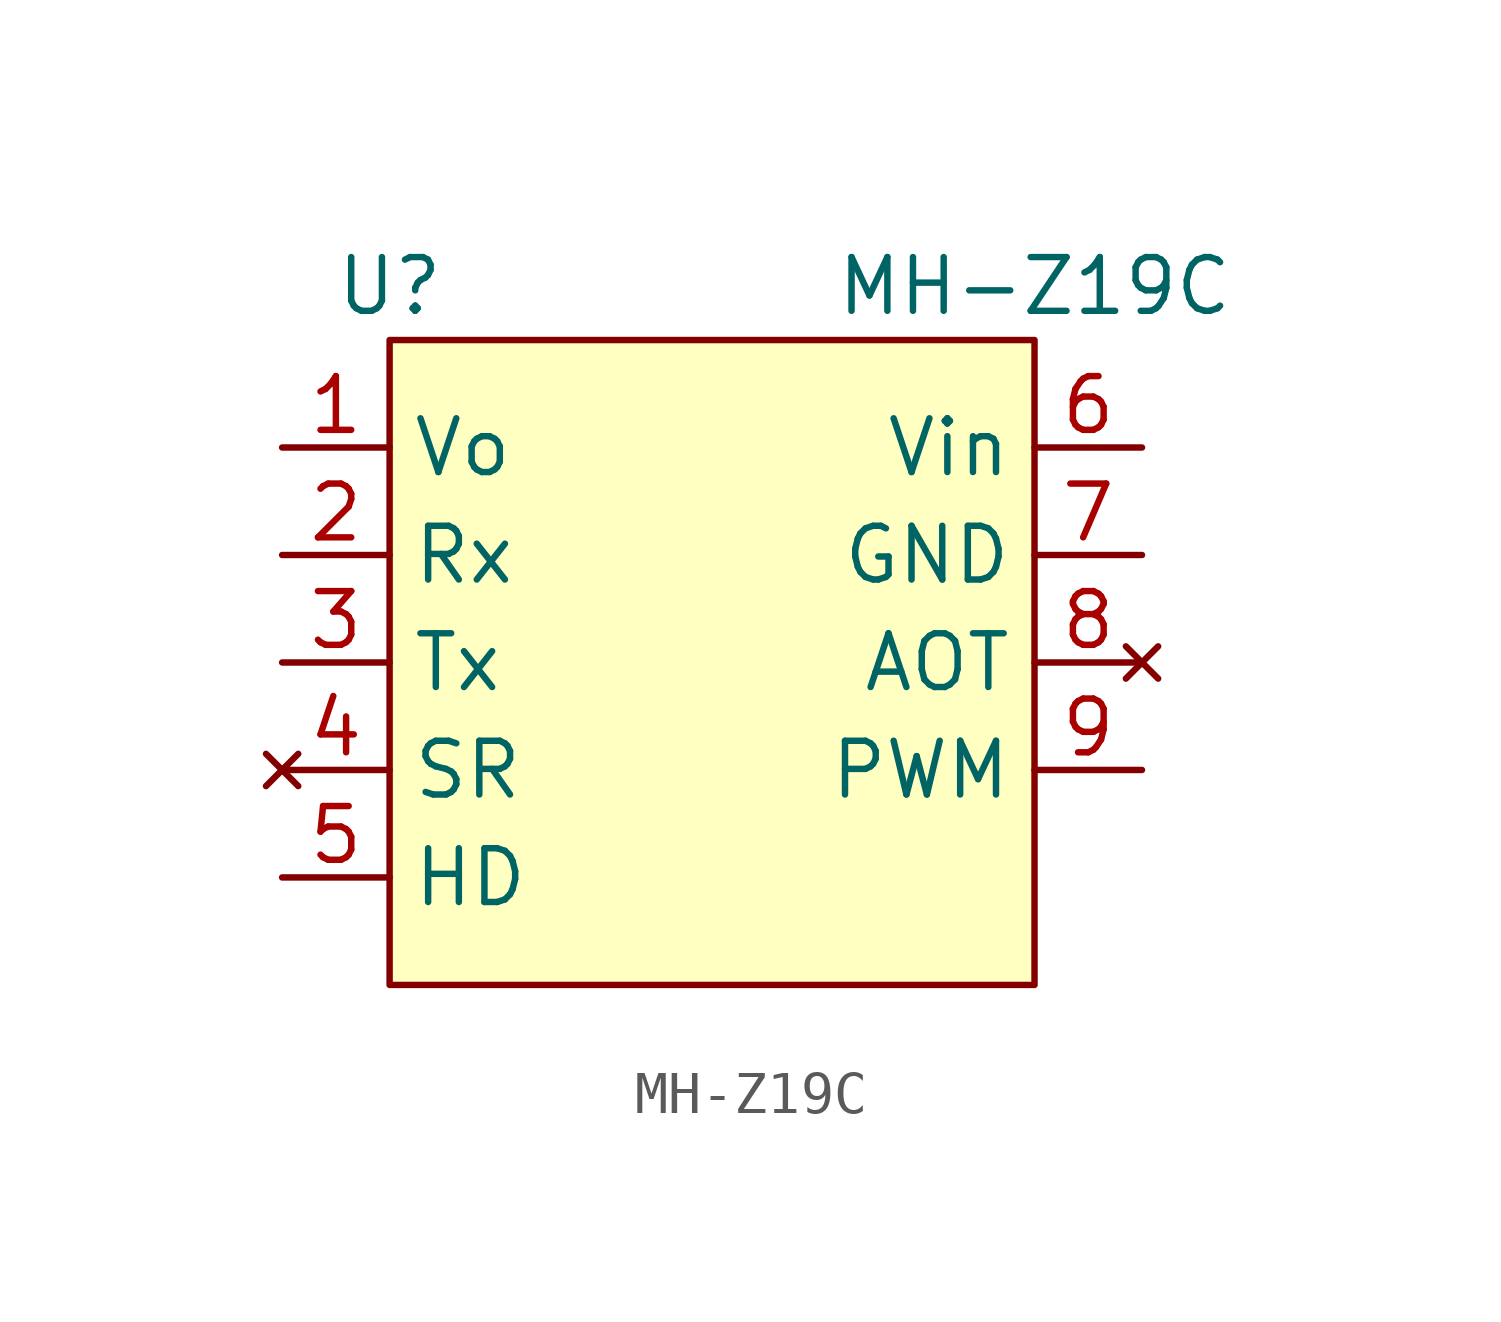
<source format=kicad_sym>
(kicad_symbol_lib
  (version 20231120)
  (generator "kicad_symbol_editor")
  (generator_version "8.0")
  (symbol "MH-Z19C"
    (property "Reference" "U"
      (at -7.62 8.89 0)
      (effects (font (size 1.27 1.27))))
    (property "Value" "MH-Z19C"
      (at 7.62 8.89 0)
      (effects (font (size 1.27 1.27))))
    (symbol "MH-Z19C_1_1"
      (rectangle (start -7.62 7.62) (end 7.62 -7.62) (stroke (width 0) (type default)) (fill (type background)))
      (pin power_out line (at -10.16 5.08 0) (length 2.54) (name "Vo" (effects (font (size 1.27 1.27)))) (number "1" (effects (font (size 1.27 1.27)))))
      (pin input line (at -10.16 2.54 0) (length 2.54) (name "Rx" (effects (font (size 1.27 1.27)))) (number "2" (effects (font (size 1.27 1.27)))))
      (pin output line (at -10.16 0 0) (length 2.54) (name "Tx" (effects (font (size 1.27 1.27)))) (number "3" (effects (font (size 1.27 1.27)))))
      (pin no_connect line (at -10.16 -2.54 0) (length 2.54) (name "SR" (effects (font (size 1.27 1.27)))) (number "4" (effects (font (size 1.27 1.27)))))
      (pin input line (at -10.16 -5.08 0) (length 2.54) (name "HD" (effects (font (size 1.27 1.27)))) (number "5" (effects (font (size 1.27 1.27)))))
      (pin power_in line (at 10.16 5.08 180) (length 2.54) (name "Vin" (effects (font (size 1.27 1.27)))) (number "6" (effects (font (size 1.27 1.27)))))
      (pin power_in line (at 10.16 2.54 180) (length 2.54) (name "GND" (effects (font (size 1.27 1.27)))) (number "7" (effects (font (size 1.27 1.27)))))
      (pin no_connect line (at 10.16 0 180) (length 2.54) (name "AOT" (effects (font (size 1.27 1.27)))) (number "8" (effects (font (size 1.27 1.27)))))
      (pin output line (at 10.16 -2.54 180) (length 2.54) (name "PWM" (effects (font (size 1.27 1.27)))) (number "9" (effects (font (size 1.27 1.27))))))))
</source>
